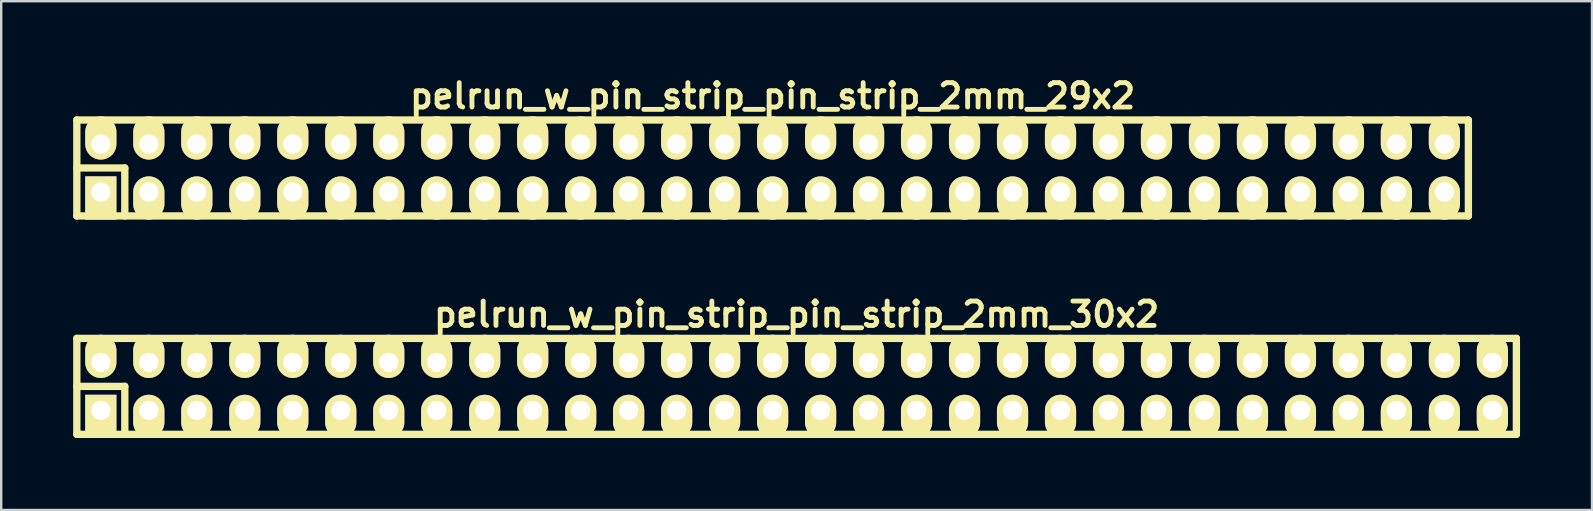
<source format=kicad_pcb>
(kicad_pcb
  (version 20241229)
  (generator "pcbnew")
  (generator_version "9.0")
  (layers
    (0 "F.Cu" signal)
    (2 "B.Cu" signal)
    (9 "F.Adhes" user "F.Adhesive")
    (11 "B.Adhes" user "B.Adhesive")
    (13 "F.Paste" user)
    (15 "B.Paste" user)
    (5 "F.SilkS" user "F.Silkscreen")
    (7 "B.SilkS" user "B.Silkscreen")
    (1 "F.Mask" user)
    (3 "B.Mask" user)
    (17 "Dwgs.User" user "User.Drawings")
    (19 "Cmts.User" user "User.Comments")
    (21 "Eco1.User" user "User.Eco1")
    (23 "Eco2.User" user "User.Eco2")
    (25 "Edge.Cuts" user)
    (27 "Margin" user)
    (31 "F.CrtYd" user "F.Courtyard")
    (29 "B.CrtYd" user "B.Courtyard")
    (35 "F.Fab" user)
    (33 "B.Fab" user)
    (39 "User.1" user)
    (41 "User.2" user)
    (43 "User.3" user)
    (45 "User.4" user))
  (footprint "pelrun_w_pin_strip_pin_strip_2mm_29x2"
    (layer "F.Cu")
    (at 29.152 3.951)
    (property "Reference" "pelrun_w_pin_strip_pin_strip_2mm_29x2" (at 0 -3 0) (layer "F.SilkS") (effects (font (size 1.016 1.016) (thickness 0.203))))
    (attr through_hole)
    (fp_line (start -29 -2) (end 29 -2) (stroke (width 0.305) (type solid)) (layer "F.SilkS"))
    (fp_line (start -29 0) (end -27 0) (stroke (width 0.305) (type solid)) (layer "F.SilkS"))
    (fp_line (start -29 2) (end -29 -2) (stroke (width 0.305) (type solid)) (layer "F.SilkS"))
    (fp_line (start -27 0) (end -27 2) (stroke (width 0.305) (type solid)) (layer "F.SilkS"))
    (fp_line (start 29 -2) (end 29 2) (stroke (width 0.305) (type solid)) (layer "F.SilkS"))
    (fp_line (start 29 2) (end -29 2) (stroke (width 0.305) (type solid)) (layer "F.SilkS"))
    (pad "1" thru_hole rect (at -28 1) (size 1.3 1.8) (drill 0.8 (offset 0 0.25)) (layers "*.Cu" "*.Mask" "F.SilkS"))
    (pad "2" thru_hole oval (at -28 -1) (size 1.3 1.8) (drill 0.8 (offset 0 -0.25)) (layers "*.Cu" "*.Mask" "F.SilkS"))
    (pad "3" thru_hole oval (at -26 1) (size 1.3 1.8) (drill 0.8 (offset 0 0.25)) (layers "*.Cu" "*.Mask" "F.SilkS"))
    (pad "4" thru_hole oval (at -26 -1) (size 1.3 1.8) (drill 0.8 (offset 0 -0.25)) (layers "*.Cu" "*.Mask" "F.SilkS"))
    (pad "5" thru_hole oval (at -24 1) (size 1.3 1.8) (drill 0.8 (offset 0 0.25)) (layers "*.Cu" "*.Mask" "F.SilkS"))
    (pad "6" thru_hole oval (at -24 -1) (size 1.3 1.8) (drill 0.8 (offset 0 -0.25)) (layers "*.Cu" "*.Mask" "F.SilkS"))
    (pad "7" thru_hole oval (at -22 1) (size 1.3 1.8) (drill 0.8 (offset 0 0.25)) (layers "*.Cu" "*.Mask" "F.SilkS"))
    (pad "8" thru_hole oval (at -22 -1) (size 1.3 1.8) (drill 0.8 (offset 0 -0.25)) (layers "*.Cu" "*.Mask" "F.SilkS"))
    (pad "9" thru_hole oval (at -20 1) (size 1.3 1.8) (drill 0.8 (offset 0 0.25)) (layers "*.Cu" "*.Mask" "F.SilkS"))
    (pad "10" thru_hole oval (at -20 -1) (size 1.3 1.8) (drill 0.8 (offset 0 -0.25)) (layers "*.Cu" "*.Mask" "F.SilkS"))
    (pad "11" thru_hole oval (at -18 1) (size 1.3 1.8) (drill 0.8 (offset 0 0.25)) (layers "*.Cu" "*.Mask" "F.SilkS"))
    (pad "12" thru_hole oval (at -18 -1) (size 1.3 1.8) (drill 0.8 (offset 0 -0.25)) (layers "*.Cu" "*.Mask" "F.SilkS"))
    (pad "13" thru_hole oval (at -16 1) (size 1.3 1.8) (drill 0.8 (offset 0 0.25)) (layers "*.Cu" "*.Mask" "F.SilkS"))
    (pad "14" thru_hole oval (at -16 -1) (size 1.3 1.8) (drill 0.8 (offset 0 -0.25)) (layers "*.Cu" "*.Mask" "F.SilkS"))
    (pad "15" thru_hole oval (at -14 1) (size 1.3 1.8) (drill 0.8 (offset 0 0.25)) (layers "*.Cu" "*.Mask" "F.SilkS"))
    (pad "16" thru_hole oval (at -14 -1) (size 1.3 1.8) (drill 0.8 (offset 0 -0.25)) (layers "*.Cu" "*.Mask" "F.SilkS"))
    (pad "17" thru_hole oval (at -12 1) (size 1.3 1.8) (drill 0.8 (offset 0 0.25)) (layers "*.Cu" "*.Mask" "F.SilkS"))
    (pad "18" thru_hole oval (at -12 -1) (size 1.3 1.8) (drill 0.8 (offset 0 -0.25)) (layers "*.Cu" "*.Mask" "F.SilkS"))
    (pad "19" thru_hole oval (at -10 1) (size 1.3 1.8) (drill 0.8 (offset 0 0.25)) (layers "*.Cu" "*.Mask" "F.SilkS"))
    (pad "20" thru_hole oval (at -10 -1) (size 1.3 1.8) (drill 0.8 (offset 0 -0.25)) (layers "*.Cu" "*.Mask" "F.SilkS"))
    (pad "21" thru_hole oval (at -8 1) (size 1.3 1.8) (drill 0.8 (offset 0 0.25)) (layers "*.Cu" "*.Mask" "F.SilkS"))
    (pad "22" thru_hole oval (at -8 -1) (size 1.3 1.8) (drill 0.8 (offset 0 -0.25)) (layers "*.Cu" "*.Mask" "F.SilkS"))
    (pad "23" thru_hole oval (at -6 1) (size 1.3 1.8) (drill 0.8 (offset 0 0.25)) (layers "*.Cu" "*.Mask" "F.SilkS"))
    (pad "24" thru_hole oval (at -6 -1) (size 1.3 1.8) (drill 0.8 (offset 0 -0.25)) (layers "*.Cu" "*.Mask" "F.SilkS"))
    (pad "25" thru_hole oval (at -4 1) (size 1.3 1.8) (drill 0.8 (offset 0 0.25)) (layers "*.Cu" "*.Mask" "F.SilkS"))
    (pad "26" thru_hole oval (at -4 -1) (size 1.3 1.8) (drill 0.8 (offset 0 -0.25)) (layers "*.Cu" "*.Mask" "F.SilkS"))
    (pad "27" thru_hole oval (at -2 1) (size 1.3 1.8) (drill 0.8 (offset 0 0.25)) (layers "*.Cu" "*.Mask" "F.SilkS"))
    (pad "28" thru_hole oval (at -2 -1) (size 1.3 1.8) (drill 0.8 (offset 0 -0.25)) (layers "*.Cu" "*.Mask" "F.SilkS"))
    (pad "29" thru_hole oval (at 0 1) (size 1.3 1.8) (drill 0.8 (offset 0 0.25)) (layers "*.Cu" "*.Mask" "F.SilkS"))
    (pad "30" thru_hole oval (at 0 -1) (size 1.3 1.8) (drill 0.8 (offset 0 -0.25)) (layers "*.Cu" "*.Mask" "F.SilkS"))
    (pad "31" thru_hole oval (at 2 1) (size 1.3 1.8) (drill 0.8 (offset 0 0.25)) (layers "*.Cu" "*.Mask" "F.SilkS"))
    (pad "32" thru_hole oval (at 2 -1) (size 1.3 1.8) (drill 0.8 (offset 0 -0.25)) (layers "*.Cu" "*.Mask" "F.SilkS"))
    (pad "33" thru_hole oval (at 4 1) (size 1.3 1.8) (drill 0.8 (offset 0 0.25)) (layers "*.Cu" "*.Mask" "F.SilkS"))
    (pad "34" thru_hole oval (at 4 -1) (size 1.3 1.8) (drill 0.8 (offset 0 -0.25)) (layers "*.Cu" "*.Mask" "F.SilkS"))
    (pad "35" thru_hole oval (at 6 1) (size 1.3 1.8) (drill 0.8 (offset 0 0.25)) (layers "*.Cu" "*.Mask" "F.SilkS"))
    (pad "36" thru_hole oval (at 6 -1) (size 1.3 1.8) (drill 0.8 (offset 0 -0.25)) (layers "*.Cu" "*.Mask" "F.SilkS"))
    (pad "37" thru_hole oval (at 8 1) (size 1.3 1.8) (drill 0.8 (offset 0 0.25)) (layers "*.Cu" "*.Mask" "F.SilkS"))
    (pad "38" thru_hole oval (at 8 -1) (size 1.3 1.8) (drill 0.8 (offset 0 -0.25)) (layers "*.Cu" "*.Mask" "F.SilkS"))
    (pad "39" thru_hole oval (at 10 1) (size 1.3 1.8) (drill 0.8 (offset 0 0.25)) (layers "*.Cu" "*.Mask" "F.SilkS"))
    (pad "40" thru_hole oval (at 10 -1) (size 1.3 1.8) (drill 0.8 (offset 0 -0.25)) (layers "*.Cu" "*.Mask" "F.SilkS"))
    (pad "41" thru_hole oval (at 12 1) (size 1.3 1.8) (drill 0.8 (offset 0 0.25)) (layers "*.Cu" "*.Mask" "F.SilkS"))
    (pad "42" thru_hole oval (at 12 -1) (size 1.3 1.8) (drill 0.8 (offset 0 -0.25)) (layers "*.Cu" "*.Mask" "F.SilkS"))
    (pad "43" thru_hole oval (at 14 1) (size 1.3 1.8) (drill 0.8 (offset 0 0.25)) (layers "*.Cu" "*.Mask" "F.SilkS"))
    (pad "44" thru_hole oval (at 14 -1) (size 1.3 1.8) (drill 0.8 (offset 0 -0.25)) (layers "*.Cu" "*.Mask" "F.SilkS"))
    (pad "45" thru_hole oval (at 16 1) (size 1.3 1.8) (drill 0.8 (offset 0 0.25)) (layers "*.Cu" "*.Mask" "F.SilkS"))
    (pad "46" thru_hole oval (at 16 -1) (size 1.3 1.8) (drill 0.8 (offset 0 -0.25)) (layers "*.Cu" "*.Mask" "F.SilkS"))
    (pad "47" thru_hole oval (at 18 1) (size 1.3 1.8) (drill 0.8 (offset 0 0.25)) (layers "*.Cu" "*.Mask" "F.SilkS"))
    (pad "48" thru_hole oval (at 18 -1) (size 1.3 1.8) (drill 0.8 (offset 0 -0.25)) (layers "*.Cu" "*.Mask" "F.SilkS"))
    (pad "49" thru_hole oval (at 20 1) (size 1.3 1.8) (drill 0.8 (offset 0 0.25)) (layers "*.Cu" "*.Mask" "F.SilkS"))
    (pad "50" thru_hole oval (at 20 -1) (size 1.3 1.8) (drill 0.8 (offset 0 -0.25)) (layers "*.Cu" "*.Mask" "F.SilkS"))
    (pad "51" thru_hole oval (at 22 1) (size 1.3 1.8) (drill 0.8 (offset 0 0.25)) (layers "*.Cu" "*.Mask" "F.SilkS"))
    (pad "52" thru_hole oval (at 22 -1) (size 1.3 1.8) (drill 0.8 (offset 0 -0.25)) (layers "*.Cu" "*.Mask" "F.SilkS"))
    (pad "53" thru_hole oval (at 24 1) (size 1.3 1.8) (drill 0.8 (offset 0 0.25)) (layers "*.Cu" "*.Mask" "F.SilkS"))
    (pad "54" thru_hole oval (at 24 -1) (size 1.3 1.8) (drill 0.8 (offset 0 -0.25)) (layers "*.Cu" "*.Mask" "F.SilkS"))
    (pad "55" thru_hole oval (at 26 1) (size 1.3 1.8) (drill 0.8 (offset 0 0.25)) (layers "*.Cu" "*.Mask" "F.SilkS"))
    (pad "56" thru_hole oval (at 26 -1) (size 1.3 1.8) (drill 0.8 (offset 0 -0.25)) (layers "*.Cu" "*.Mask" "F.SilkS"))
    (pad "57" thru_hole oval (at 28 1) (size 1.3 1.8) (drill 0.8 (offset 0 0.25)) (layers "*.Cu" "*.Mask" "F.SilkS"))
    (pad "58" thru_hole oval (at 28 -1) (size 1.3 1.8) (drill 0.8 (offset 0 -0.25)) (layers "*.Cu" "*.Mask" "F.SilkS")))
  (footprint "pelrun_w_pin_strip_pin_strip_2mm_30x2"
    (layer "F.Cu")
    (at 30.152 13.054)
    (property "Reference" "pelrun_w_pin_strip_pin_strip_2mm_30x2" (at 0 -3 0) (layer "F.SilkS") (effects (font (size 1.016 1.016) (thickness 0.203))))
    (attr through_hole)
    (fp_line (start -30 -2) (end 30 -2) (stroke (width 0.305) (type solid)) (layer "F.SilkS"))
    (fp_line (start -30 0) (end -28 0) (stroke (width 0.305) (type solid)) (layer "F.SilkS"))
    (fp_line (start -30 2) (end -30 -2) (stroke (width 0.305) (type solid)) (layer "F.SilkS"))
    (fp_line (start -28 0) (end -28 2) (stroke (width 0.305) (type solid)) (layer "F.SilkS"))
    (fp_line (start 30 -2) (end 30 2) (stroke (width 0.305) (type solid)) (layer "F.SilkS"))
    (fp_line (start 30 2) (end -30 2) (stroke (width 0.305) (type solid)) (layer "F.SilkS"))
    (pad "1" thru_hole rect (at -29 1) (size 1.3 1.8) (drill 0.8 (offset 0 0.25)) (layers "*.Cu" "*.Mask" "F.SilkS"))
    (pad "2" thru_hole oval (at -29 -1) (size 1.3 1.8) (drill 0.8 (offset 0 -0.25)) (layers "*.Cu" "*.Mask" "F.SilkS"))
    (pad "3" thru_hole oval (at -27 1) (size 1.3 1.8) (drill 0.8 (offset 0 0.25)) (layers "*.Cu" "*.Mask" "F.SilkS"))
    (pad "4" thru_hole oval (at -27 -1) (size 1.3 1.8) (drill 0.8 (offset 0 -0.25)) (layers "*.Cu" "*.Mask" "F.SilkS"))
    (pad "5" thru_hole oval (at -25 1) (size 1.3 1.8) (drill 0.8 (offset 0 0.25)) (layers "*.Cu" "*.Mask" "F.SilkS"))
    (pad "6" thru_hole oval (at -25 -1) (size 1.3 1.8) (drill 0.8 (offset 0 -0.25)) (layers "*.Cu" "*.Mask" "F.SilkS"))
    (pad "7" thru_hole oval (at -23 1) (size 1.3 1.8) (drill 0.8 (offset 0 0.25)) (layers "*.Cu" "*.Mask" "F.SilkS"))
    (pad "8" thru_hole oval (at -23 -1) (size 1.3 1.8) (drill 0.8 (offset 0 -0.25)) (layers "*.Cu" "*.Mask" "F.SilkS"))
    (pad "9" thru_hole oval (at -21 1) (size 1.3 1.8) (drill 0.8 (offset 0 0.25)) (layers "*.Cu" "*.Mask" "F.SilkS"))
    (pad "10" thru_hole oval (at -21 -1) (size 1.3 1.8) (drill 0.8 (offset 0 -0.25)) (layers "*.Cu" "*.Mask" "F.SilkS"))
    (pad "11" thru_hole oval (at -19 1) (size 1.3 1.8) (drill 0.8 (offset 0 0.25)) (layers "*.Cu" "*.Mask" "F.SilkS"))
    (pad "12" thru_hole oval (at -19 -1) (size 1.3 1.8) (drill 0.8 (offset 0 -0.25)) (layers "*.Cu" "*.Mask" "F.SilkS"))
    (pad "13" thru_hole oval (at -17 1) (size 1.3 1.8) (drill 0.8 (offset 0 0.25)) (layers "*.Cu" "*.Mask" "F.SilkS"))
    (pad "14" thru_hole oval (at -17 -1) (size 1.3 1.8) (drill 0.8 (offset 0 -0.25)) (layers "*.Cu" "*.Mask" "F.SilkS"))
    (pad "15" thru_hole oval (at -15 1) (size 1.3 1.8) (drill 0.8 (offset 0 0.25)) (layers "*.Cu" "*.Mask" "F.SilkS"))
    (pad "16" thru_hole oval (at -15 -1) (size 1.3 1.8) (drill 0.8 (offset 0 -0.25)) (layers "*.Cu" "*.Mask" "F.SilkS"))
    (pad "17" thru_hole oval (at -13 1) (size 1.3 1.8) (drill 0.8 (offset 0 0.25)) (layers "*.Cu" "*.Mask" "F.SilkS"))
    (pad "18" thru_hole oval (at -13 -1) (size 1.3 1.8) (drill 0.8 (offset 0 -0.25)) (layers "*.Cu" "*.Mask" "F.SilkS"))
    (pad "19" thru_hole oval (at -11 1) (size 1.3 1.8) (drill 0.8 (offset 0 0.25)) (layers "*.Cu" "*.Mask" "F.SilkS"))
    (pad "20" thru_hole oval (at -11 -1) (size 1.3 1.8) (drill 0.8 (offset 0 -0.25)) (layers "*.Cu" "*.Mask" "F.SilkS"))
    (pad "21" thru_hole oval (at -9 1) (size 1.3 1.8) (drill 0.8 (offset 0 0.25)) (layers "*.Cu" "*.Mask" "F.SilkS"))
    (pad "22" thru_hole oval (at -9 -1) (size 1.3 1.8) (drill 0.8 (offset 0 -0.25)) (layers "*.Cu" "*.Mask" "F.SilkS"))
    (pad "23" thru_hole oval (at -7 1) (size 1.3 1.8) (drill 0.8 (offset 0 0.25)) (layers "*.Cu" "*.Mask" "F.SilkS"))
    (pad "24" thru_hole oval (at -7 -1) (size 1.3 1.8) (drill 0.8 (offset 0 -0.25)) (layers "*.Cu" "*.Mask" "F.SilkS"))
    (pad "25" thru_hole oval (at -5 1) (size 1.3 1.8) (drill 0.8 (offset 0 0.25)) (layers "*.Cu" "*.Mask" "F.SilkS"))
    (pad "26" thru_hole oval (at -5 -1) (size 1.3 1.8) (drill 0.8 (offset 0 -0.25)) (layers "*.Cu" "*.Mask" "F.SilkS"))
    (pad "27" thru_hole oval (at -3 1) (size 1.3 1.8) (drill 0.8 (offset 0 0.25)) (layers "*.Cu" "*.Mask" "F.SilkS"))
    (pad "28" thru_hole oval (at -3 -1) (size 1.3 1.8) (drill 0.8 (offset 0 -0.25)) (layers "*.Cu" "*.Mask" "F.SilkS"))
    (pad "29" thru_hole oval (at -1 1) (size 1.3 1.8) (drill 0.8 (offset 0 0.25)) (layers "*.Cu" "*.Mask" "F.SilkS"))
    (pad "30" thru_hole oval (at -1 -1) (size 1.3 1.8) (drill 0.8 (offset 0 -0.25)) (layers "*.Cu" "*.Mask" "F.SilkS"))
    (pad "31" thru_hole oval (at 1 1) (size 1.3 1.8) (drill 0.8 (offset 0 0.25)) (layers "*.Cu" "*.Mask" "F.SilkS"))
    (pad "32" thru_hole oval (at 1 -1) (size 1.3 1.8) (drill 0.8 (offset 0 -0.25)) (layers "*.Cu" "*.Mask" "F.SilkS"))
    (pad "33" thru_hole oval (at 3 1) (size 1.3 1.8) (drill 0.8 (offset 0 0.25)) (layers "*.Cu" "*.Mask" "F.SilkS"))
    (pad "34" thru_hole oval (at 3 -1) (size 1.3 1.8) (drill 0.8 (offset 0 -0.25)) (layers "*.Cu" "*.Mask" "F.SilkS"))
    (pad "35" thru_hole oval (at 5 1) (size 1.3 1.8) (drill 0.8 (offset 0 0.25)) (layers "*.Cu" "*.Mask" "F.SilkS"))
    (pad "36" thru_hole oval (at 5 -1) (size 1.3 1.8) (drill 0.8 (offset 0 -0.25)) (layers "*.Cu" "*.Mask" "F.SilkS"))
    (pad "37" thru_hole oval (at 7 1) (size 1.3 1.8) (drill 0.8 (offset 0 0.25)) (layers "*.Cu" "*.Mask" "F.SilkS"))
    (pad "38" thru_hole oval (at 7 -1) (size 1.3 1.8) (drill 0.8 (offset 0 -0.25)) (layers "*.Cu" "*.Mask" "F.SilkS"))
    (pad "39" thru_hole oval (at 9 1) (size 1.3 1.8) (drill 0.8 (offset 0 0.25)) (layers "*.Cu" "*.Mask" "F.SilkS"))
    (pad "40" thru_hole oval (at 9 -1) (size 1.3 1.8) (drill 0.8 (offset 0 -0.25)) (layers "*.Cu" "*.Mask" "F.SilkS"))
    (pad "41" thru_hole oval (at 11 1) (size 1.3 1.8) (drill 0.8 (offset 0 0.25)) (layers "*.Cu" "*.Mask" "F.SilkS"))
    (pad "42" thru_hole oval (at 11 -1) (size 1.3 1.8) (drill 0.8 (offset 0 -0.25)) (layers "*.Cu" "*.Mask" "F.SilkS"))
    (pad "43" thru_hole oval (at 13 1) (size 1.3 1.8) (drill 0.8 (offset 0 0.25)) (layers "*.Cu" "*.Mask" "F.SilkS"))
    (pad "44" thru_hole oval (at 13 -1) (size 1.3 1.8) (drill 0.8 (offset 0 -0.25)) (layers "*.Cu" "*.Mask" "F.SilkS"))
    (pad "45" thru_hole oval (at 15 1) (size 1.3 1.8) (drill 0.8 (offset 0 0.25)) (layers "*.Cu" "*.Mask" "F.SilkS"))
    (pad "46" thru_hole oval (at 15 -1) (size 1.3 1.8) (drill 0.8 (offset 0 -0.25)) (layers "*.Cu" "*.Mask" "F.SilkS"))
    (pad "47" thru_hole oval (at 17 1) (size 1.3 1.8) (drill 0.8 (offset 0 0.25)) (layers "*.Cu" "*.Mask" "F.SilkS"))
    (pad "48" thru_hole oval (at 17 -1) (size 1.3 1.8) (drill 0.8 (offset 0 -0.25)) (layers "*.Cu" "*.Mask" "F.SilkS"))
    (pad "49" thru_hole oval (at 19 1) (size 1.3 1.8) (drill 0.8 (offset 0 0.25)) (layers "*.Cu" "*.Mask" "F.SilkS"))
    (pad "50" thru_hole oval (at 19 -1) (size 1.3 1.8) (drill 0.8 (offset 0 -0.25)) (layers "*.Cu" "*.Mask" "F.SilkS"))
    (pad "51" thru_hole oval (at 21 1) (size 1.3 1.8) (drill 0.8 (offset 0 0.25)) (layers "*.Cu" "*.Mask" "F.SilkS"))
    (pad "52" thru_hole oval (at 21 -1) (size 1.3 1.8) (drill 0.8 (offset 0 -0.25)) (layers "*.Cu" "*.Mask" "F.SilkS"))
    (pad "53" thru_hole oval (at 23 1) (size 1.3 1.8) (drill 0.8 (offset 0 0.25)) (layers "*.Cu" "*.Mask" "F.SilkS"))
    (pad "54" thru_hole oval (at 23 -1) (size 1.3 1.8) (drill 0.8 (offset 0 -0.25)) (layers "*.Cu" "*.Mask" "F.SilkS"))
    (pad "55" thru_hole oval (at 25 1) (size 1.3 1.8) (drill 0.8 (offset 0 0.25)) (layers "*.Cu" "*.Mask" "F.SilkS"))
    (pad "56" thru_hole oval (at 25 -1) (size 1.3 1.8) (drill 0.8 (offset 0 -0.25)) (layers "*.Cu" "*.Mask" "F.SilkS"))
    (pad "57" thru_hole oval (at 27 1) (size 1.3 1.8) (drill 0.8 (offset 0 0.25)) (layers "*.Cu" "*.Mask" "F.SilkS"))
    (pad "58" thru_hole oval (at 27 -1) (size 1.3 1.8) (drill 0.8 (offset 0 -0.25)) (layers "*.Cu" "*.Mask" "F.SilkS"))
    (pad "59" thru_hole oval (at 29 1) (size 1.3 1.8) (drill 0.8 (offset 0 0.25)) (layers "*.Cu" "*.Mask" "F.SilkS"))
    (pad "60" thru_hole oval (at 29 -1) (size 1.3 1.8) (drill 0.8 (offset 0 -0.25)) (layers "*.Cu" "*.Mask" "F.SilkS")))
  (gr_rect
    (start -3 -3)
    (end 63.305 18.207)
    (stroke (width 0.1) (type default))
    (fill no)
    (layer "Edge.Cuts")))
</source>
